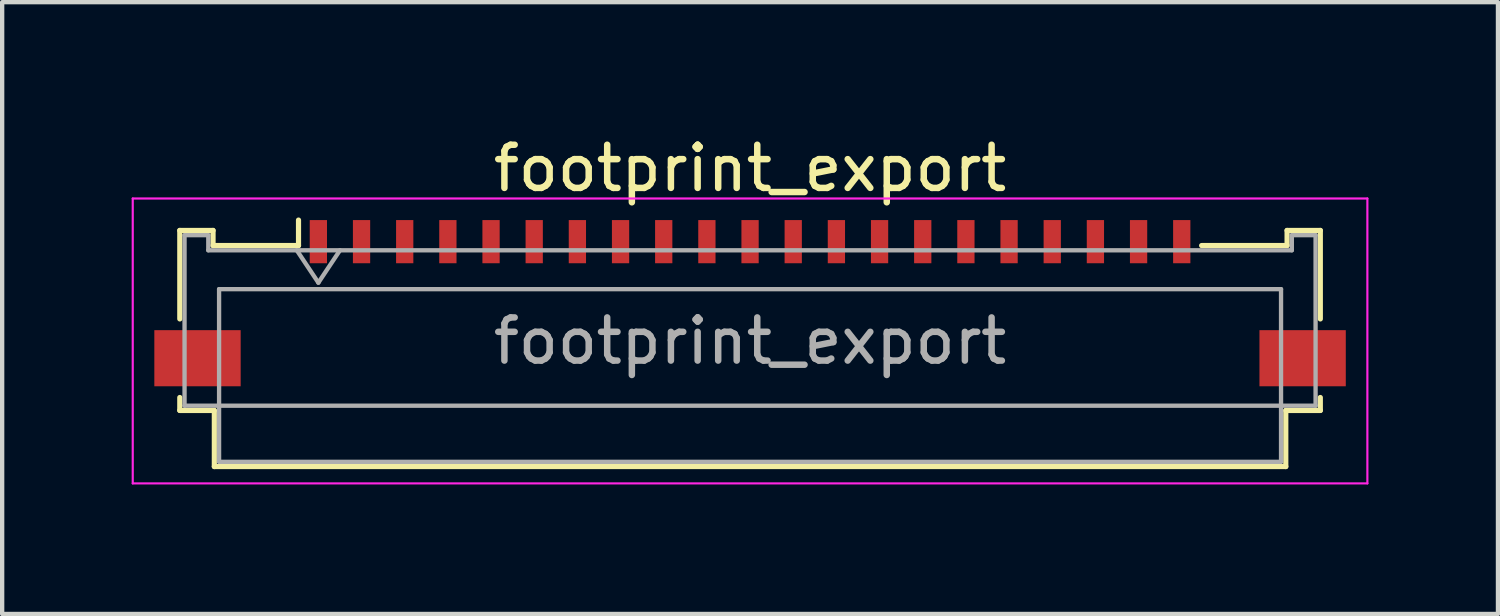
<source format=kicad_pcb>
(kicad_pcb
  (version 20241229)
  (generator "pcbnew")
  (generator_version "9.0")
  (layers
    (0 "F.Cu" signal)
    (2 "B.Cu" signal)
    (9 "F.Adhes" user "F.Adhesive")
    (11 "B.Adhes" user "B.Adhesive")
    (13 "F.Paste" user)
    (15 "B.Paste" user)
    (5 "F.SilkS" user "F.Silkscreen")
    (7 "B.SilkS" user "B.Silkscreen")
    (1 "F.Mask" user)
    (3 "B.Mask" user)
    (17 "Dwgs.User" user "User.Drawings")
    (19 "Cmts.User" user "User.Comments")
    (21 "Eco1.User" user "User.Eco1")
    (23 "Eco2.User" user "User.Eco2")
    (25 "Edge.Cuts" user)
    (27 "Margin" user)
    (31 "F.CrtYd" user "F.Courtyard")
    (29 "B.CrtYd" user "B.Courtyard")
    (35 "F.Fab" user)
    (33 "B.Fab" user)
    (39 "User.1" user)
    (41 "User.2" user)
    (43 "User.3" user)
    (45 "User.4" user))
  (footprint "footprint_export"
    (layer "F.Cu")
    (at 14.325 3.458)
    (property "Reference" "footprint_export" (at 0 -2.61 0) (layer "F.SilkS") (effects (font (size 1 1) (thickness 0.15))))
    (attr smd)
    (fp_line (start -13.21 -1.17) (end -13.21 0.88) (stroke (width 0.12) (type solid)) (layer "F.SilkS"))
    (fp_line (start -13.21 2.7) (end -13.21 3) (stroke (width 0.12) (type solid)) (layer "F.SilkS"))
    (fp_line (start -13.21 3) (end -12.41 3) (stroke (width 0.12) (type solid)) (layer "F.SilkS"))
    (fp_line (start -12.44 -1.17) (end -13.21 -1.17) (stroke (width 0.12) (type solid)) (layer "F.SilkS"))
    (fp_line (start -12.44 -0.82) (end -12.44 -1.17) (stroke (width 0.12) (type solid)) (layer "F.SilkS"))
    (fp_line (start -12.41 3) (end -12.41 4.3) (stroke (width 0.12) (type solid)) (layer "F.SilkS"))
    (fp_line (start -12.41 4.3) (end 12.41 4.3) (stroke (width 0.12) (type solid)) (layer "F.SilkS"))
    (fp_line (start -10.46 -1.41) (end -10.46 -0.82) (stroke (width 0.12) (type solid)) (layer "F.SilkS"))
    (fp_line (start -10.46 -0.82) (end -12.44 -0.82) (stroke (width 0.12) (type solid)) (layer "F.SilkS"))
    (fp_line (start 12.41 3) (end 13.21 3) (stroke (width 0.12) (type solid)) (layer "F.SilkS"))
    (fp_line (start 12.41 4.3) (end 12.41 3) (stroke (width 0.12) (type solid)) (layer "F.SilkS"))
    (fp_line (start 12.44 -1.17) (end 12.44 -0.82) (stroke (width 0.12) (type solid)) (layer "F.SilkS"))
    (fp_line (start 12.44 -0.82) (end 10.46 -0.82) (stroke (width 0.12) (type solid)) (layer "F.SilkS"))
    (fp_line (start 13.21 -1.17) (end 12.44 -1.17) (stroke (width 0.12) (type solid)) (layer "F.SilkS"))
    (fp_line (start 13.21 0.88) (end 13.21 -1.17) (stroke (width 0.12) (type solid)) (layer "F.SilkS"))
    (fp_line (start 13.21 3) (end 13.21 2.7) (stroke (width 0.12) (type solid)) (layer "F.SilkS"))
    (fp_line (start -14.3 -1.91) (end -14.3 4.69) (stroke (width 0.05) (type solid)) (layer "F.CrtYd"))
    (fp_line (start -14.3 4.69) (end 14.3 4.69) (stroke (width 0.05) (type solid)) (layer "F.CrtYd"))
    (fp_line (start 14.3 -1.91) (end -14.3 -1.91) (stroke (width 0.05) (type solid)) (layer "F.CrtYd"))
    (fp_line (start 14.3 4.69) (end 14.3 -1.91) (stroke (width 0.05) (type solid)) (layer "F.CrtYd"))
    (fp_line (start -13.1 -1.06) (end -13.1 2.89) (stroke (width 0.1) (type solid)) (layer "F.Fab"))
    (fp_line (start -13.1 2.89) (end 13.1 2.89) (stroke (width 0.1) (type solid)) (layer "F.Fab"))
    (fp_line (start -12.55 -1.06) (end -13.1 -1.06) (stroke (width 0.1) (type solid)) (layer "F.Fab"))
    (fp_line (start -12.55 -0.71) (end -12.55 -1.06) (stroke (width 0.1) (type solid)) (layer "F.Fab"))
    (fp_line (start -12.3 0.19) (end -12.3 4.19) (stroke (width 0.1) (type solid)) (layer "F.Fab"))
    (fp_line (start -12.3 4.19) (end 12.3 4.19) (stroke (width 0.1) (type solid)) (layer "F.Fab"))
    (fp_line (start -10.5 -0.71) (end -10 0.04) (stroke (width 0.1) (type solid)) (layer "F.Fab"))
    (fp_line (start -10 0.04) (end -9.5 -0.71) (stroke (width 0.1) (type solid)) (layer "F.Fab"))
    (fp_line (start 12.3 0.19) (end -12.3 0.19) (stroke (width 0.1) (type solid)) (layer "F.Fab"))
    (fp_line (start 12.3 4.19) (end 12.3 0.19) (stroke (width 0.1) (type solid)) (layer "F.Fab"))
    (fp_line (start 12.55 -1.06) (end 12.55 -0.71) (stroke (width 0.1) (type solid)) (layer "F.Fab"))
    (fp_line (start 12.55 -0.71) (end -12.55 -0.71) (stroke (width 0.1) (type solid)) (layer "F.Fab"))
    (fp_line (start 13.1 -1.06) (end 12.55 -1.06) (stroke (width 0.1) (type solid)) (layer "F.Fab"))
    (fp_line (start 13.1 2.89) (end 13.1 -1.06) (stroke (width 0.1) (type solid)) (layer "F.Fab"))
    (fp_text user "${REFERENCE}" (at 0 1.39 0) (layer "F.Fab") (effects (font (size 1 1) (thickness 0.15))))
    (pad "1" smd rect (at -10 -0.91) (size 0.4 1) (layers "F.Cu" "F.Mask" "F.Paste"))
    (pad "2" smd rect (at -9 -0.91) (size 0.4 1) (layers "F.Cu" "F.Mask" "F.Paste"))
    (pad "3" smd rect (at -8 -0.91) (size 0.4 1) (layers "F.Cu" "F.Mask" "F.Paste"))
    (pad "4" smd rect (at -7 -0.91) (size 0.4 1) (layers "F.Cu" "F.Mask" "F.Paste"))
    (pad "5" smd rect (at -6 -0.91) (size 0.4 1) (layers "F.Cu" "F.Mask" "F.Paste"))
    (pad "6" smd rect (at -5 -0.91) (size 0.4 1) (layers "F.Cu" "F.Mask" "F.Paste"))
    (pad "7" smd rect (at -4 -0.91) (size 0.4 1) (layers "F.Cu" "F.Mask" "F.Paste"))
    (pad "8" smd rect (at -3 -0.91) (size 0.4 1) (layers "F.Cu" "F.Mask" "F.Paste"))
    (pad "9" smd rect (at -2 -0.91) (size 0.4 1) (layers "F.Cu" "F.Mask" "F.Paste"))
    (pad "10" smd rect (at -1 -0.91) (size 0.4 1) (layers "F.Cu" "F.Mask" "F.Paste"))
    (pad "11" smd rect (at 0 -0.91) (size 0.4 1) (layers "F.Cu" "F.Mask" "F.Paste"))
    (pad "12" smd rect (at 1 -0.91) (size 0.4 1) (layers "F.Cu" "F.Mask" "F.Paste"))
    (pad "13" smd rect (at 2 -0.91) (size 0.4 1) (layers "F.Cu" "F.Mask" "F.Paste"))
    (pad "14" smd rect (at 3 -0.91) (size 0.4 1) (layers "F.Cu" "F.Mask" "F.Paste"))
    (pad "15" smd rect (at 4 -0.91) (size 0.4 1) (layers "F.Cu" "F.Mask" "F.Paste"))
    (pad "16" smd rect (at 5 -0.91) (size 0.4 1) (layers "F.Cu" "F.Mask" "F.Paste"))
    (pad "17" smd rect (at 6 -0.91) (size 0.4 1) (layers "F.Cu" "F.Mask" "F.Paste"))
    (pad "18" smd rect (at 7 -0.91) (size 0.4 1) (layers "F.Cu" "F.Mask" "F.Paste"))
    (pad "19" smd rect (at 8 -0.91) (size 0.4 1) (layers "F.Cu" "F.Mask" "F.Paste"))
    (pad "20" smd rect (at 9 -0.91) (size 0.4 1) (layers "F.Cu" "F.Mask" "F.Paste"))
    (pad "21" smd rect (at 10 -0.91) (size 0.4 1) (layers "F.Cu" "F.Mask" "F.Paste"))
    (pad "MP" smd rect (at -12.8 1.79) (size 2 1.3) (layers "F.Cu" "F.Mask" "F.Paste"))
    (pad "MP" smd rect (at 12.8 1.79) (size 2 1.3) (layers "F.Cu" "F.Mask" "F.Paste")))
  (gr_rect
    (start -3 -3)
    (end 31.65 11.173)
    (stroke (width 0.1) (type default))
    (fill no)
    (layer "Edge.Cuts")))
</source>
